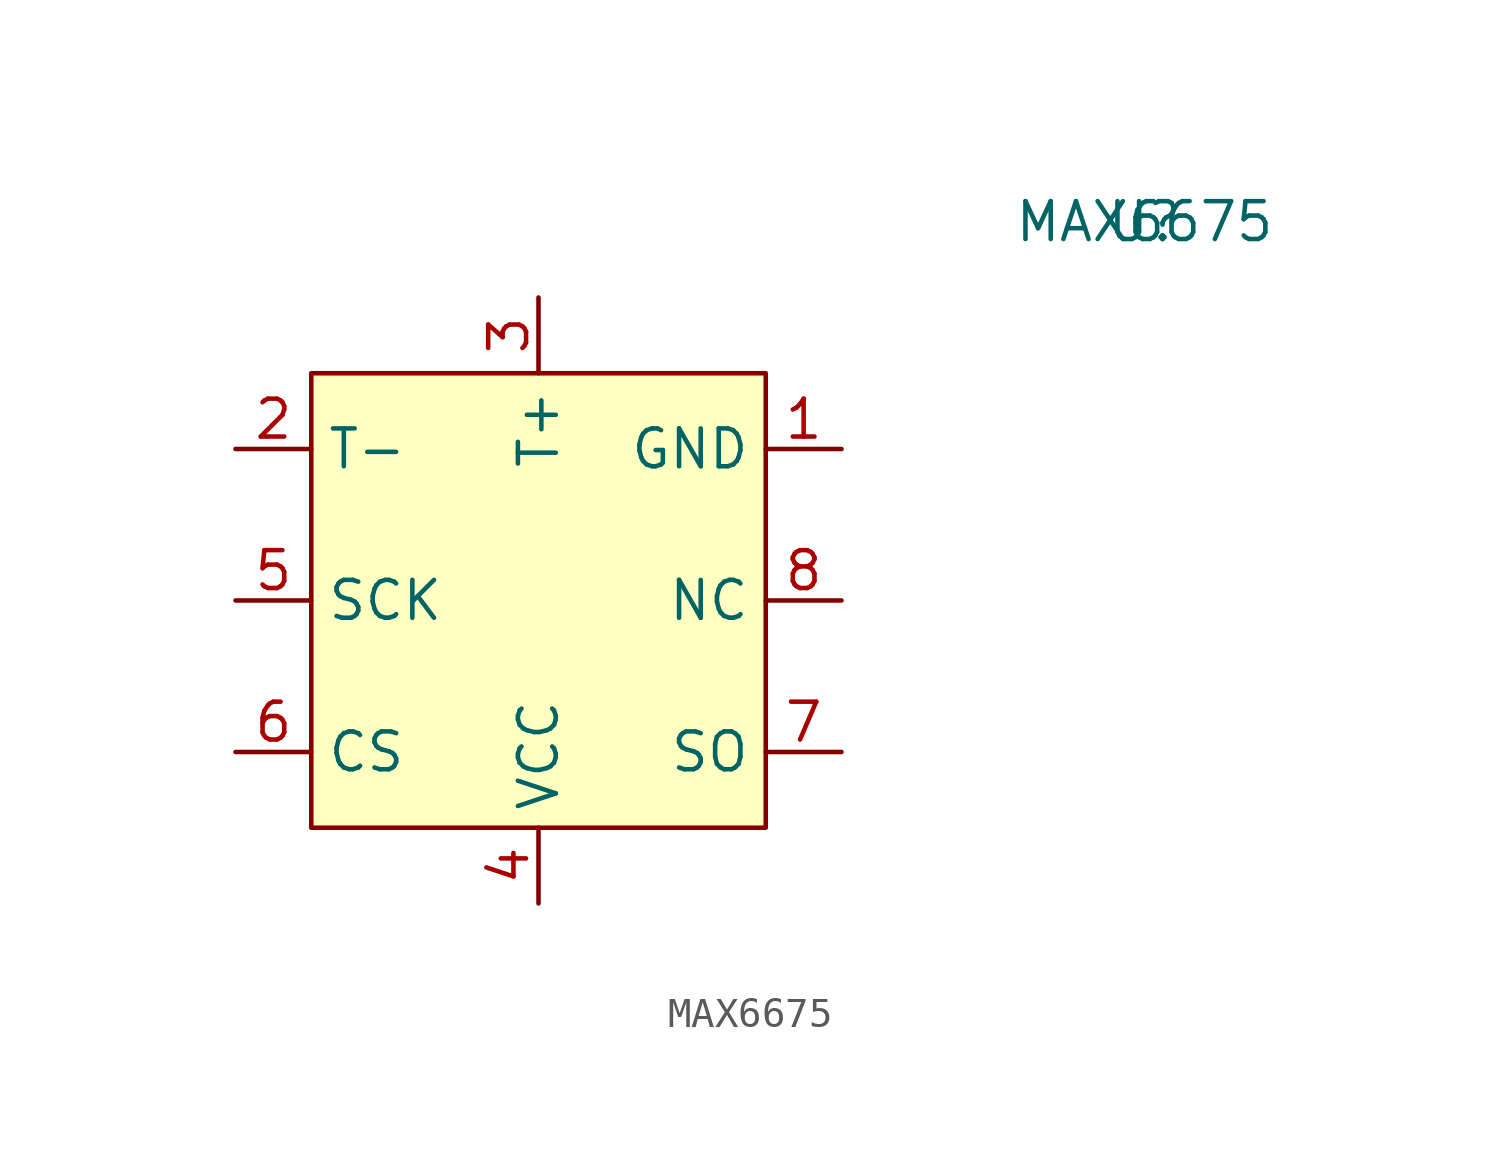
<source format=kicad_sym>
(kicad_symbol_lib
  (version 20211014)
  (generator kicad_symbol_editor)
  (symbol "MAX6675"
    (property "Reference" "U"
      (at 0 0 0)
      (effects (font (size 1.27 1.27))))
    (property "Value" "MAX6675"
      (at 0 0 0)
      (effects (font (size 1.27 1.27))))
    (symbol "MAX6675_0_1"
      (rectangle (start -27.94 -5.08) (end -12.7 -20.32) (stroke (width 0) (type default) (color 0 0 0 0)) (fill (type background))))
    (symbol "MAX6675_1_1"
      (pin input line (at -10.16 -7.62 180) (length 2.54) (name "GND" (effects (font (size 1.27 1.27)))) (number "1" (effects (font (size 1.27 1.27)))))
      (pin input line (at -30.48 -7.62 0) (length 2.54) (name "T-" (effects (font (size 1.27 1.27)))) (number "2" (effects (font (size 1.27 1.27)))))
      (pin input line (at -20.32 -2.54 270) (length 2.54) (name "T+" (effects (font (size 1.27 1.27)))) (number "3" (effects (font (size 1.27 1.27)))))
      (pin input line (at -20.32 -22.86 90) (length 2.54) (name "VCC" (effects (font (size 1.27 1.27)))) (number "4" (effects (font (size 1.27 1.27)))))
      (pin input line (at -30.48 -12.7 0) (length 2.54) (name "SCK" (effects (font (size 1.27 1.27)))) (number "5" (effects (font (size 1.27 1.27)))))
      (pin input line (at -30.48 -17.78 0) (length 2.54) (name "CS" (effects (font (size 1.27 1.27)))) (number "6" (effects (font (size 1.27 1.27)))))
      (pin input line (at -10.16 -17.78 180) (length 2.54) (name "SO" (effects (font (size 1.27 1.27)))) (number "7" (effects (font (size 1.27 1.27)))))
      (pin input line (at -10.16 -12.7 180) (length 2.54) (name "NC" (effects (font (size 1.27 1.27)))) (number "8" (effects (font (size 1.27 1.27))))))))
</source>
